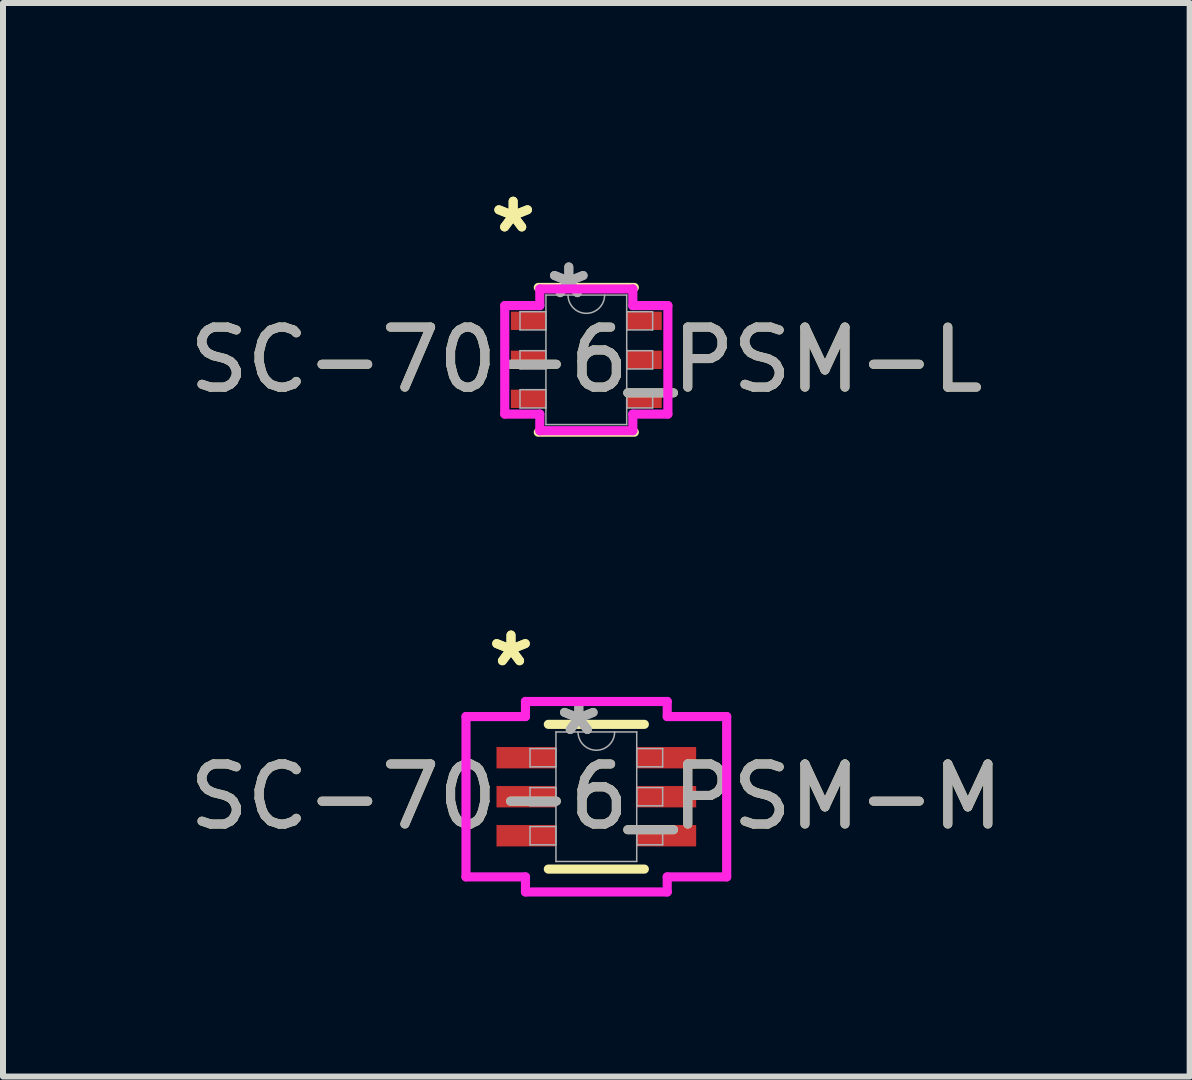
<source format=kicad_pcb>
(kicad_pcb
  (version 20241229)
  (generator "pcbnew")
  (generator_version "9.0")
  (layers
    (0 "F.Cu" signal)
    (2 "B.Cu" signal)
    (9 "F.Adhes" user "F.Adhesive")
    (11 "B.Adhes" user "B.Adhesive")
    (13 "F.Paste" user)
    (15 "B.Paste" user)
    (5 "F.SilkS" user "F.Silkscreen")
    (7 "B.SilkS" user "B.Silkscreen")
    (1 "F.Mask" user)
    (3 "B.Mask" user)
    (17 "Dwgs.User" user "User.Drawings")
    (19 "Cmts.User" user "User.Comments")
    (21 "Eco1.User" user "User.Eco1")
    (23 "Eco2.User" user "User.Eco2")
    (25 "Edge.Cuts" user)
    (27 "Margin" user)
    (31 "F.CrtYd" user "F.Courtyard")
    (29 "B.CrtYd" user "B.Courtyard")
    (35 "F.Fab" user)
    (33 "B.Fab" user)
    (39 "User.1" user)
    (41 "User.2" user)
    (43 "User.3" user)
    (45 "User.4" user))
  (footprint "SC-70-6_PSM-M"
    (layer "F.Cu")
    (at 6.887 10.226)
    (property "Reference" "SC-70-6_PSM-M" (at 0 0 0) (unlocked yes) (layer "F.SilkS") (effects (font (size 1 1) (thickness 0.15))))
    (attr smd)
    (fp_line (start -0.8 1.206) (end 0.8 1.206) (stroke (width 0.152) (type solid)) (layer "F.SilkS"))
    (fp_line (start 0.8 -1.206) (end -0.8 -1.206) (stroke (width 0.152) (type solid)) (layer "F.SilkS"))
    (fp_line (start -2.172 -1.336) (end -1.181 -1.336) (stroke (width 0.152) (type solid)) (layer "F.CrtYd"))
    (fp_line (start -2.172 1.336) (end -2.172 -1.336) (stroke (width 0.152) (type solid)) (layer "F.CrtYd"))
    (fp_line (start -2.172 1.336) (end -1.181 1.336) (stroke (width 0.152) (type solid)) (layer "F.CrtYd"))
    (fp_line (start -1.181 -1.587) (end 1.181 -1.587) (stroke (width 0.152) (type solid)) (layer "F.CrtYd"))
    (fp_line (start -1.181 -1.336) (end -1.181 -1.587) (stroke (width 0.152) (type solid)) (layer "F.CrtYd"))
    (fp_line (start -1.181 1.587) (end -1.181 1.336) (stroke (width 0.152) (type solid)) (layer "F.CrtYd"))
    (fp_line (start 1.181 -1.587) (end 1.181 -1.336) (stroke (width 0.152) (type solid)) (layer "F.CrtYd"))
    (fp_line (start 1.181 1.336) (end 1.181 1.587) (stroke (width 0.152) (type solid)) (layer "F.CrtYd"))
    (fp_line (start 1.181 1.587) (end -1.181 1.587) (stroke (width 0.152) (type solid)) (layer "F.CrtYd"))
    (fp_line (start 2.172 -1.336) (end 1.181 -1.336) (stroke (width 0.152) (type solid)) (layer "F.CrtYd"))
    (fp_line (start 2.172 -1.336) (end 2.172 1.336) (stroke (width 0.152) (type solid)) (layer "F.CrtYd"))
    (fp_line (start 2.172 1.336) (end 1.181 1.336) (stroke (width 0.152) (type solid)) (layer "F.CrtYd"))
    (fp_line (start -1.105 -0.802) (end -1.105 -0.498) (stroke (width 0.025) (type solid)) (layer "F.Fab"))
    (fp_line (start -1.105 -0.498) (end -0.673 -0.498) (stroke (width 0.025) (type solid)) (layer "F.Fab"))
    (fp_line (start -1.105 -0.152) (end -1.105 0.152) (stroke (width 0.025) (type solid)) (layer "F.Fab"))
    (fp_line (start -1.105 0.152) (end -0.673 0.152) (stroke (width 0.025) (type solid)) (layer "F.Fab"))
    (fp_line (start -1.105 0.498) (end -1.105 0.802) (stroke (width 0.025) (type solid)) (layer "F.Fab"))
    (fp_line (start -1.105 0.802) (end -0.673 0.802) (stroke (width 0.025) (type solid)) (layer "F.Fab"))
    (fp_line (start -0.673 -1.079) (end -0.673 1.079) (stroke (width 0.025) (type solid)) (layer "F.Fab"))
    (fp_line (start -0.673 -0.802) (end -1.105 -0.802) (stroke (width 0.025) (type solid)) (layer "F.Fab"))
    (fp_line (start -0.673 -0.498) (end -0.673 -0.802) (stroke (width 0.025) (type solid)) (layer "F.Fab"))
    (fp_line (start -0.673 -0.152) (end -1.105 -0.152) (stroke (width 0.025) (type solid)) (layer "F.Fab"))
    (fp_line (start -0.673 0.152) (end -0.673 -0.152) (stroke (width 0.025) (type solid)) (layer "F.Fab"))
    (fp_line (start -0.673 0.498) (end -1.105 0.498) (stroke (width 0.025) (type solid)) (layer "F.Fab"))
    (fp_line (start -0.673 0.802) (end -0.673 0.498) (stroke (width 0.025) (type solid)) (layer "F.Fab"))
    (fp_line (start -0.673 1.079) (end 0.673 1.079) (stroke (width 0.025) (type solid)) (layer "F.Fab"))
    (fp_line (start 0.673 -1.079) (end -0.673 -1.079) (stroke (width 0.025) (type solid)) (layer "F.Fab"))
    (fp_line (start 0.673 -0.802) (end 0.673 -0.498) (stroke (width 0.025) (type solid)) (layer "F.Fab"))
    (fp_line (start 0.673 -0.498) (end 1.105 -0.498) (stroke (width 0.025) (type solid)) (layer "F.Fab"))
    (fp_line (start 0.673 -0.152) (end 0.673 0.152) (stroke (width 0.025) (type solid)) (layer "F.Fab"))
    (fp_line (start 0.673 0.152) (end 1.105 0.152) (stroke (width 0.025) (type solid)) (layer "F.Fab"))
    (fp_line (start 0.673 0.498) (end 0.673 0.802) (stroke (width 0.025) (type solid)) (layer "F.Fab"))
    (fp_line (start 0.673 0.802) (end 1.105 0.802) (stroke (width 0.025) (type solid)) (layer "F.Fab"))
    (fp_line (start 0.673 1.079) (end 0.673 -1.079) (stroke (width 0.025) (type solid)) (layer "F.Fab"))
    (fp_line (start 1.105 -0.802) (end 0.673 -0.802) (stroke (width 0.025) (type solid)) (layer "F.Fab"))
    (fp_line (start 1.105 -0.498) (end 1.105 -0.802) (stroke (width 0.025) (type solid)) (layer "F.Fab"))
    (fp_line (start 1.105 -0.152) (end 0.673 -0.152) (stroke (width 0.025) (type solid)) (layer "F.Fab"))
    (fp_line (start 1.105 0.152) (end 1.105 -0.152) (stroke (width 0.025) (type solid)) (layer "F.Fab"))
    (fp_line (start 1.105 0.498) (end 0.673 0.498) (stroke (width 0.025) (type solid)) (layer "F.Fab"))
    (fp_line (start 1.105 0.802) (end 1.105 0.498) (stroke (width 0.025) (type solid)) (layer "F.Fab"))
    (fp_arc (start 0.3048 -1.0795) (mid 0 -0.7747) (end -0.3048 -1.0795) (stroke (width 0.0254) (type solid)) (layer "F.Fab"))
    (fp_text user "*" (at -1.422 -2.149 0) (unlocked yes) (layer "F.SilkS") (effects (font (size 1 1) (thickness 0.15))))
    (fp_text user "*" (at -1.422 -2.149 0) (layer "F.SilkS") (effects (font (size 1 1) (thickness 0.15))))
    (fp_text user "*" (at -0.292 -1.003 0) (unlocked yes) (layer "F.Fab") (effects (font (size 1 1) (thickness 0.15))))
    (fp_text user "*" (at -0.292 -1.003 0) (layer "F.Fab") (effects (font (size 1 1) (thickness 0.15))))
    (fp_text user "${REFERENCE}" (at 0 0 0) (unlocked yes) (layer "F.Fab") (effects (font (size 1 1) (thickness 0.15))))
    (pad "1" smd rect (at -1.168 -0.65) (size 0.991 0.356) (layers "F.Cu" "F.Mask" "F.Paste"))
    (pad "2" smd rect (at -1.168 0) (size 0.991 0.356) (layers "F.Cu" "F.Mask" "F.Paste"))
    (pad "3" smd rect (at -1.168 0.65) (size 0.991 0.356) (layers "F.Cu" "F.Mask" "F.Paste"))
    (pad "4" smd rect (at 1.168 0.65) (size 0.991 0.356) (layers "F.Cu" "F.Mask" "F.Paste"))
    (pad "5" smd rect (at 1.168 0) (size 0.991 0.356) (layers "F.Cu" "F.Mask" "F.Paste"))
    (pad "6" smd rect (at 1.168 -0.65) (size 0.991 0.356) (layers "F.Cu" "F.Mask" "F.Paste")))
  (footprint "SC-70-6_PSM-L"
    (layer "F.Cu")
    (at 6.72 2.946)
    (property "Reference" "SC-70-6_PSM-L" (at 0 0 0) (unlocked yes) (layer "F.SilkS") (effects (font (size 1 1) (thickness 0.15))))
    (attr smd)
    (fp_line (start -0.8 1.206) (end 0.8 1.206) (stroke (width 0.152) (type solid)) (layer "F.SilkS"))
    (fp_line (start 0.8 -1.206) (end -0.8 -1.206) (stroke (width 0.152) (type solid)) (layer "F.SilkS"))
    (fp_line (start -1.359 -0.904) (end -0.775 -0.904) (stroke (width 0.152) (type solid)) (layer "F.CrtYd"))
    (fp_line (start -1.359 0.904) (end -1.359 -0.904) (stroke (width 0.152) (type solid)) (layer "F.CrtYd"))
    (fp_line (start -1.359 0.904) (end -0.775 0.904) (stroke (width 0.152) (type solid)) (layer "F.CrtYd"))
    (fp_line (start -0.775 -1.181) (end 0.775 -1.181) (stroke (width 0.152) (type solid)) (layer "F.CrtYd"))
    (fp_line (start -0.775 -0.904) (end -0.775 -1.181) (stroke (width 0.152) (type solid)) (layer "F.CrtYd"))
    (fp_line (start -0.775 1.181) (end -0.775 0.904) (stroke (width 0.152) (type solid)) (layer "F.CrtYd"))
    (fp_line (start 0.775 -1.181) (end 0.775 -0.904) (stroke (width 0.152) (type solid)) (layer "F.CrtYd"))
    (fp_line (start 0.775 0.904) (end 0.775 1.181) (stroke (width 0.152) (type solid)) (layer "F.CrtYd"))
    (fp_line (start 0.775 1.181) (end -0.775 1.181) (stroke (width 0.152) (type solid)) (layer "F.CrtYd"))
    (fp_line (start 1.359 -0.904) (end 0.775 -0.904) (stroke (width 0.152) (type solid)) (layer "F.CrtYd"))
    (fp_line (start 1.359 -0.904) (end 1.359 0.904) (stroke (width 0.152) (type solid)) (layer "F.CrtYd"))
    (fp_line (start 1.359 0.904) (end 0.775 0.904) (stroke (width 0.152) (type solid)) (layer "F.CrtYd"))
    (fp_line (start -1.105 -0.802) (end -1.105 -0.498) (stroke (width 0.025) (type solid)) (layer "F.Fab"))
    (fp_line (start -1.105 -0.498) (end -0.673 -0.498) (stroke (width 0.025) (type solid)) (layer "F.Fab"))
    (fp_line (start -1.105 -0.152) (end -1.105 0.152) (stroke (width 0.025) (type solid)) (layer "F.Fab"))
    (fp_line (start -1.105 0.152) (end -0.673 0.152) (stroke (width 0.025) (type solid)) (layer "F.Fab"))
    (fp_line (start -1.105 0.498) (end -1.105 0.802) (stroke (width 0.025) (type solid)) (layer "F.Fab"))
    (fp_line (start -1.105 0.802) (end -0.673 0.802) (stroke (width 0.025) (type solid)) (layer "F.Fab"))
    (fp_line (start -0.673 -1.079) (end -0.673 1.079) (stroke (width 0.025) (type solid)) (layer "F.Fab"))
    (fp_line (start -0.673 -0.802) (end -1.105 -0.802) (stroke (width 0.025) (type solid)) (layer "F.Fab"))
    (fp_line (start -0.673 -0.498) (end -0.673 -0.802) (stroke (width 0.025) (type solid)) (layer "F.Fab"))
    (fp_line (start -0.673 -0.152) (end -1.105 -0.152) (stroke (width 0.025) (type solid)) (layer "F.Fab"))
    (fp_line (start -0.673 0.152) (end -0.673 -0.152) (stroke (width 0.025) (type solid)) (layer "F.Fab"))
    (fp_line (start -0.673 0.498) (end -1.105 0.498) (stroke (width 0.025) (type solid)) (layer "F.Fab"))
    (fp_line (start -0.673 0.802) (end -0.673 0.498) (stroke (width 0.025) (type solid)) (layer "F.Fab"))
    (fp_line (start -0.673 1.079) (end 0.673 1.079) (stroke (width 0.025) (type solid)) (layer "F.Fab"))
    (fp_line (start 0.673 -1.079) (end -0.673 -1.079) (stroke (width 0.025) (type solid)) (layer "F.Fab"))
    (fp_line (start 0.673 -0.802) (end 0.673 -0.498) (stroke (width 0.025) (type solid)) (layer "F.Fab"))
    (fp_line (start 0.673 -0.498) (end 1.105 -0.498) (stroke (width 0.025) (type solid)) (layer "F.Fab"))
    (fp_line (start 0.673 -0.152) (end 0.673 0.152) (stroke (width 0.025) (type solid)) (layer "F.Fab"))
    (fp_line (start 0.673 0.152) (end 1.105 0.152) (stroke (width 0.025) (type solid)) (layer "F.Fab"))
    (fp_line (start 0.673 0.498) (end 0.673 0.802) (stroke (width 0.025) (type solid)) (layer "F.Fab"))
    (fp_line (start 0.673 0.802) (end 1.105 0.802) (stroke (width 0.025) (type solid)) (layer "F.Fab"))
    (fp_line (start 0.673 1.079) (end 0.673 -1.079) (stroke (width 0.025) (type solid)) (layer "F.Fab"))
    (fp_line (start 1.105 -0.802) (end 0.673 -0.802) (stroke (width 0.025) (type solid)) (layer "F.Fab"))
    (fp_line (start 1.105 -0.498) (end 1.105 -0.802) (stroke (width 0.025) (type solid)) (layer "F.Fab"))
    (fp_line (start 1.105 -0.152) (end 0.673 -0.152) (stroke (width 0.025) (type solid)) (layer "F.Fab"))
    (fp_line (start 1.105 0.152) (end 1.105 -0.152) (stroke (width 0.025) (type solid)) (layer "F.Fab"))
    (fp_line (start 1.105 0.498) (end 0.673 0.498) (stroke (width 0.025) (type solid)) (layer "F.Fab"))
    (fp_line (start 1.105 0.802) (end 1.105 0.498) (stroke (width 0.025) (type solid)) (layer "F.Fab"))
    (fp_arc (start 0.3048 -1.0795) (mid 0 -0.7747) (end -0.3048 -1.0795) (stroke (width 0.0254) (type solid)) (layer "F.Fab"))
    (fp_text user "*" (at -1.219 -2.098 0) (unlocked yes) (layer "F.SilkS") (effects (font (size 1 1) (thickness 0.15))))
    (fp_text user "*" (at -1.219 -2.098 0) (layer "F.SilkS") (effects (font (size 1 1) (thickness 0.15))))
    (fp_text user "${REFERENCE}" (at 0 0 0) (unlocked yes) (layer "F.Fab") (effects (font (size 1 1) (thickness 0.15))))
    (fp_text user "*" (at -0.292 -1.003 0) (unlocked yes) (layer "F.Fab") (effects (font (size 1 1) (thickness 0.15))))
    (fp_text user "*" (at -0.292 -1.003 0) (layer "F.Fab") (effects (font (size 1 1) (thickness 0.15))))
    (pad "1" smd rect (at -0.965 -0.65) (size 0.584 0.305) (layers "F.Cu" "F.Mask" "F.Paste"))
    (pad "2" smd rect (at -0.965 0) (size 0.584 0.305) (layers "F.Cu" "F.Mask" "F.Paste"))
    (pad "3" smd rect (at -0.965 0.65) (size 0.584 0.305) (layers "F.Cu" "F.Mask" "F.Paste"))
    (pad "4" smd rect (at 0.965 0.65) (size 0.584 0.305) (layers "F.Cu" "F.Mask" "F.Paste"))
    (pad "5" smd rect (at 0.965 0) (size 0.584 0.305) (layers "F.Cu" "F.Mask" "F.Paste"))
    (pad "6" smd rect (at 0.965 -0.65) (size 0.584 0.305) (layers "F.Cu" "F.Mask" "F.Paste")))
  (gr_rect
    (start -3 -3)
    (end 16.774 14.889)
    (stroke (width 0.1) (type default))
    (fill no)
    (layer "Edge.Cuts")))
</source>
